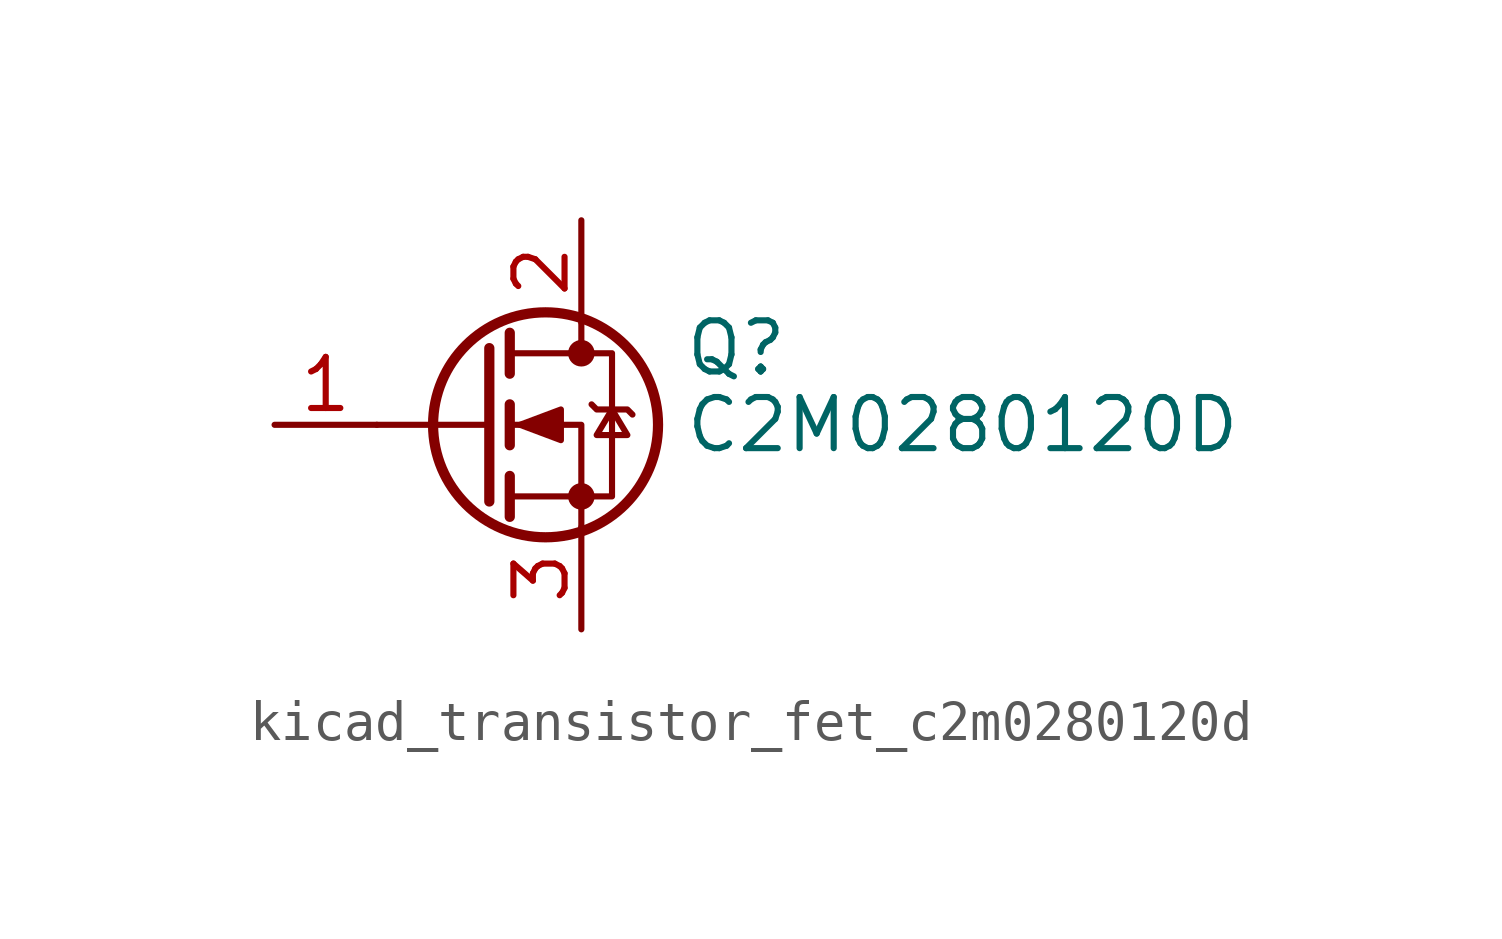
<source format=kicad_sym>
(kicad_symbol_lib
  (version 20220914)
  (generator kicad_symbol_editor)
  (symbol "kicad_transistor_fet_c2m0280120d"
    (pin_names hide)
    (property "Reference" "Q"
      (at 5.08 1.905 0)
      (effects (font (size 1.27 1.27)) (justify left)))
    (property "Value" "C2M0280120D"
      (at 5.08 0 0)
      (effects (font (size 1.27 1.27)) (justify left)))
    (symbol "kicad_transistor_fet_c2m0280120d_0_1"
      (polyline (pts (xy 0.254 0) (xy -2.54 0)) (stroke (width 0) (type default)) (fill (type none)))
      (polyline (pts (xy 0.254 1.905) (xy 0.254 -1.905)) (stroke (width 0.254) (type default)) (fill (type none)))
      (polyline (pts (xy 0.762 -1.27) (xy 0.762 -2.286)) (stroke (width 0.254) (type default)) (fill (type none)))
      (polyline (pts (xy 0.762 0.508) (xy 0.762 -0.508)) (stroke (width 0.254) (type default)) (fill (type none)))
      (polyline (pts (xy 0.762 2.286) (xy 0.762 1.27)) (stroke (width 0.254) (type default)) (fill (type none)))
      (polyline (pts (xy 2.54 2.54) (xy 2.54 1.778)) (stroke (width 0) (type default)) (fill (type none)))
      (polyline (pts (xy 2.54 -2.54) (xy 2.54 0) (xy 0.762 0)) (stroke (width 0) (type default)) (fill (type none)))
      (polyline (pts (xy 0.762 -1.778) (xy 3.302 -1.778) (xy 3.302 1.778) (xy 0.762 1.778)) (stroke (width 0) (type default)) (fill (type none)))
      (polyline (pts (xy 1.016 0) (xy 2.032 0.381) (xy 2.032 -0.381) (xy 1.016 0)) (stroke (width 0) (type default)) (fill (type outline)))
      (polyline (pts (xy 2.794 0.508) (xy 2.921 0.381) (xy 3.683 0.381) (xy 3.81 0.254)) (stroke (width 0) (type default)) (fill (type none)))
      (polyline (pts (xy 3.302 0.381) (xy 2.921 -0.254) (xy 3.683 -0.254) (xy 3.302 0.381)) (stroke (width 0) (type default)) (fill (type none)))
      (circle (center 1.651 0) (radius 2.794) (stroke (width 0.254) (type default)) (fill (type none)))
      (circle (center 2.54 -1.778) (radius 0.254) (stroke (width 0) (type default)) (fill (type outline)))
      (circle (center 2.54 1.778) (radius 0.254) (stroke (width 0) (type default)) (fill (type outline))))
    (symbol "kicad_transistor_fet_c2m0280120d_1_1"
      (pin input line (at -5.08 0 0) (length 2.54) (name "G" (effects (font (size 1.27 1.27)))) (number "1" (effects (font (size 1.27 1.27)))))
      (pin passive line (at 2.54 5.08 270) (length 2.54) (name "D" (effects (font (size 1.27 1.27)))) (number "2" (effects (font (size 1.27 1.27)))))
      (pin passive line (at 2.54 -5.08 90) (length 2.54) (name "S" (effects (font (size 1.27 1.27)))) (number "3" (effects (font (size 1.27 1.27))))))))
</source>
